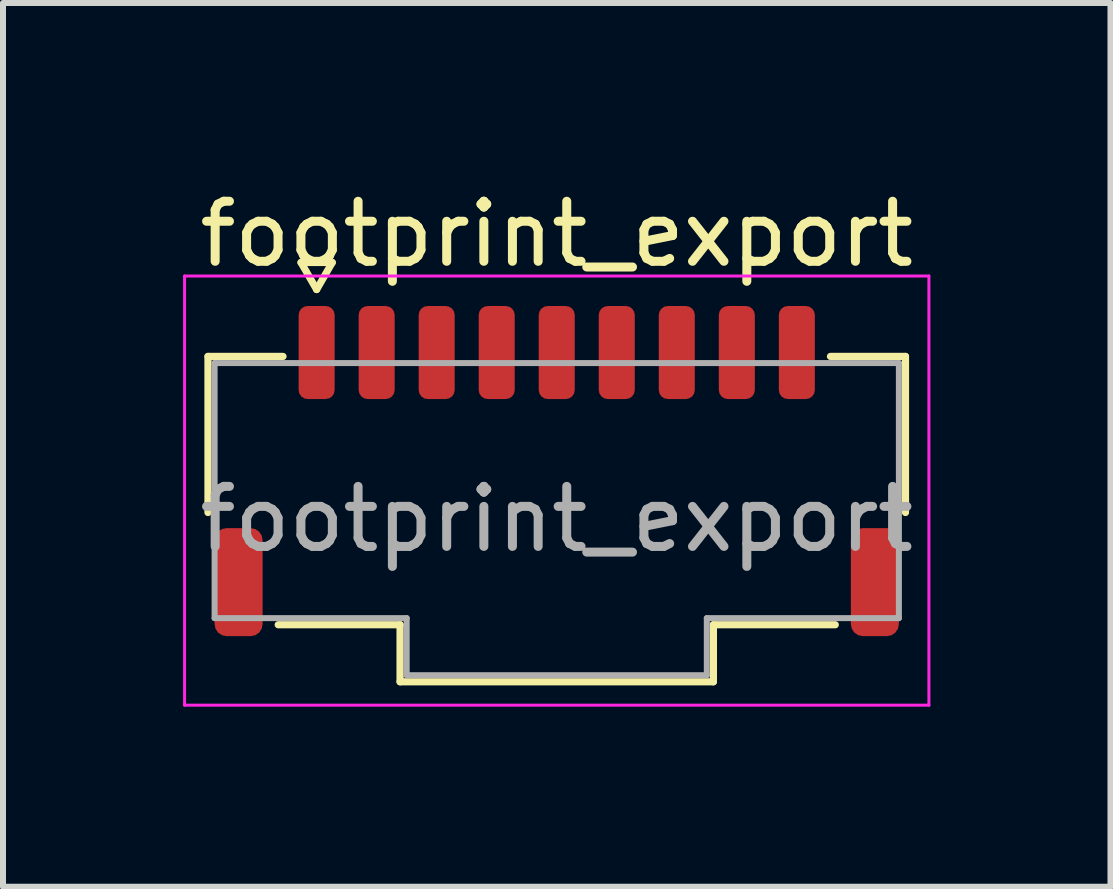
<source format=kicad_pcb>
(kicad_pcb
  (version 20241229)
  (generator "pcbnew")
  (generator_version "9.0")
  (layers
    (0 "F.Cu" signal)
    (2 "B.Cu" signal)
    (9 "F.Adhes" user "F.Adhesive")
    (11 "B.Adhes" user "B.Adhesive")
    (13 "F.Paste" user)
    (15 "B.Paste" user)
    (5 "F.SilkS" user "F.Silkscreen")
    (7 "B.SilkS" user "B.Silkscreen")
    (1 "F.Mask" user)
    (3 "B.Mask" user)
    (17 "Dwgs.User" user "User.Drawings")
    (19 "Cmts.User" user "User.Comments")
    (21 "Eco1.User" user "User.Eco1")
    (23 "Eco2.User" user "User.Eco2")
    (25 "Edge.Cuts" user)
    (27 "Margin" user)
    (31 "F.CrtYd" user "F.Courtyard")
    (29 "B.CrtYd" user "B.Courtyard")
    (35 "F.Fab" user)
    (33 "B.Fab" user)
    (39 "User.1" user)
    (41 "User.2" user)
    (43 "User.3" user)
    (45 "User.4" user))
  (footprint "footprint_export"
    (layer "F.Cu")
    (at 6.225 5.598)
    (property "Reference" "footprint_export" (at 0 -4.75 0) (layer "F.SilkS") (effects (font (size 1 1) (thickness 0.15))))
    (attr smd)
    (fp_line (start -5.81 -2.71) (end -4.56 -2.71) (stroke (width 0.12) (type solid)) (layer "F.SilkS"))
    (fp_line (start -5.81 -0.11) (end -5.81 -2.71) (stroke (width 0.12) (type solid)) (layer "F.SilkS"))
    (fp_line (start -4.26 -4.275) (end -4 -3.825) (stroke (width 0.12) (type solid)) (layer "F.SilkS"))
    (fp_line (start -4 -3.825) (end -3.74 -4.275) (stroke (width 0.12) (type solid)) (layer "F.SilkS"))
    (fp_line (start -3.74 -4.275) (end -4.26 -4.275) (stroke (width 0.12) (type solid)) (layer "F.SilkS"))
    (fp_line (start -2.61 1.76) (end -4.64 1.76) (stroke (width 0.12) (type solid)) (layer "F.SilkS"))
    (fp_line (start -2.61 2.71) (end -2.61 1.76) (stroke (width 0.12) (type solid)) (layer "F.SilkS"))
    (fp_line (start 2.61 1.76) (end 2.61 2.71) (stroke (width 0.12) (type solid)) (layer "F.SilkS"))
    (fp_line (start 2.61 2.71) (end -2.61 2.71) (stroke (width 0.12) (type solid)) (layer "F.SilkS"))
    (fp_line (start 4.56 -2.71) (end 5.81 -2.71) (stroke (width 0.12) (type solid)) (layer "F.SilkS"))
    (fp_line (start 4.64 1.76) (end 2.61 1.76) (stroke (width 0.12) (type solid)) (layer "F.SilkS"))
    (fp_line (start 5.81 -2.71) (end 5.81 -0.11) (stroke (width 0.12) (type solid)) (layer "F.SilkS"))
    (fp_line (start -6.2 -4.05) (end -6.2 3.1) (stroke (width 0.05) (type solid)) (layer "F.CrtYd"))
    (fp_line (start -6.2 3.1) (end 6.2 3.1) (stroke (width 0.05) (type solid)) (layer "F.CrtYd"))
    (fp_line (start 6.2 -4.05) (end -6.2 -4.05) (stroke (width 0.05) (type solid)) (layer "F.CrtYd"))
    (fp_line (start 6.2 3.1) (end 6.2 -4.05) (stroke (width 0.05) (type solid)) (layer "F.CrtYd"))
    (fp_line (start -5.7 -2.6) (end 5.7 -2.6) (stroke (width 0.1) (type solid)) (layer "F.Fab"))
    (fp_line (start -5.7 1.65) (end -5.7 -2.6) (stroke (width 0.1) (type solid)) (layer "F.Fab"))
    (fp_line (start -2.5 1.65) (end -5.7 1.65) (stroke (width 0.1) (type solid)) (layer "F.Fab"))
    (fp_line (start -2.5 2.6) (end -2.5 1.65) (stroke (width 0.1) (type solid)) (layer "F.Fab"))
    (fp_line (start 2.5 1.65) (end 2.5 2.6) (stroke (width 0.1) (type solid)) (layer "F.Fab"))
    (fp_line (start 2.5 2.6) (end -2.5 2.6) (stroke (width 0.1) (type solid)) (layer "F.Fab"))
    (fp_line (start 5.7 -2.6) (end 5.7 1.65) (stroke (width 0.1) (type solid)) (layer "F.Fab"))
    (fp_line (start 5.7 1.65) (end 2.5 1.65) (stroke (width 0.1) (type solid)) (layer "F.Fab"))
    (fp_text user "${REFERENCE}" (at 0 0 0) (layer "F.Fab") (effects (font (size 1 1) (thickness 0.15))))
    (pad "1" smd roundrect (at -4 -2.775) (size 0.6 1.55) (layers "F.Cu" "F.Mask" "F.Paste") (roundrect_rratio 0.25))
    (pad "2" smd roundrect (at -3 -2.775) (size 0.6 1.55) (layers "F.Cu" "F.Mask" "F.Paste") (roundrect_rratio 0.25))
    (pad "3" smd roundrect (at -2 -2.775) (size 0.6 1.55) (layers "F.Cu" "F.Mask" "F.Paste") (roundrect_rratio 0.25))
    (pad "4" smd roundrect (at -1 -2.775) (size 0.6 1.55) (layers "F.Cu" "F.Mask" "F.Paste") (roundrect_rratio 0.25))
    (pad "5" smd roundrect (at 0 -2.775) (size 0.6 1.55) (layers "F.Cu" "F.Mask" "F.Paste") (roundrect_rratio 0.25))
    (pad "6" smd roundrect (at 1 -2.775) (size 0.6 1.55) (layers "F.Cu" "F.Mask" "F.Paste") (roundrect_rratio 0.25))
    (pad "7" smd roundrect (at 2 -2.775) (size 0.6 1.55) (layers "F.Cu" "F.Mask" "F.Paste") (roundrect_rratio 0.25))
    (pad "8" smd roundrect (at 3 -2.775) (size 0.6 1.55) (layers "F.Cu" "F.Mask" "F.Paste") (roundrect_rratio 0.25))
    (pad "9" smd roundrect (at 4 -2.775) (size 0.6 1.55) (layers "F.Cu" "F.Mask" "F.Paste") (roundrect_rratio 0.25))
    (pad "MP" smd roundrect (at -5.3 1.05) (size 0.8 1.8) (layers "F.Cu" "F.Mask" "F.Paste") (roundrect_rratio 0.25))
    (pad "MP" smd roundrect (at 5.3 1.05) (size 0.8 1.8) (layers "F.Cu" "F.Mask" "F.Paste") (roundrect_rratio 0.25)))
  (gr_rect
    (start -3 -3)
    (end 15.45 11.723)
    (stroke (width 0.1) (type default))
    (fill no)
    (layer "Edge.Cuts")))
</source>
